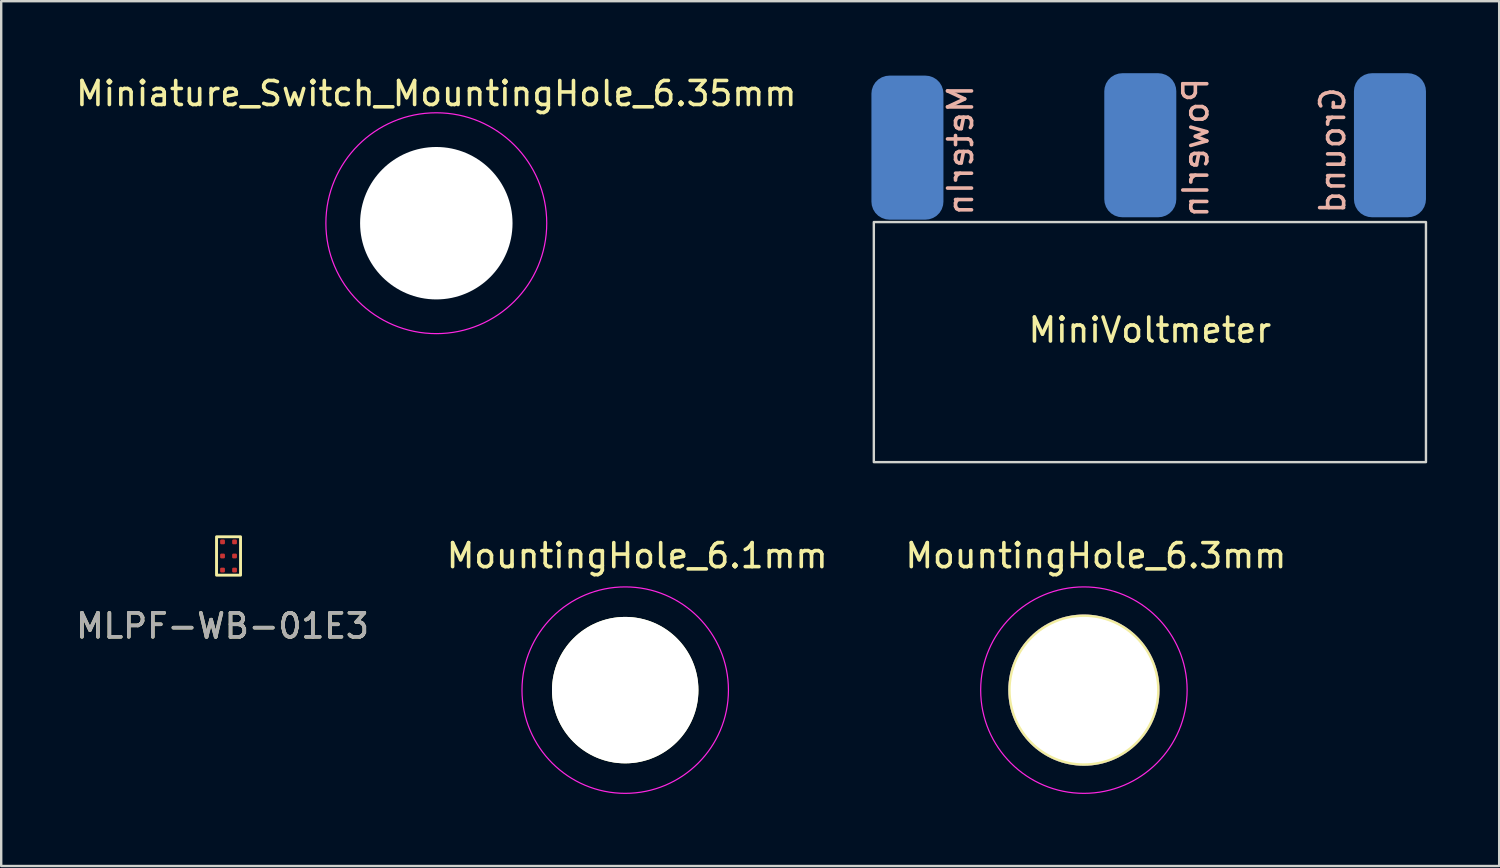
<source format=kicad_pcb>
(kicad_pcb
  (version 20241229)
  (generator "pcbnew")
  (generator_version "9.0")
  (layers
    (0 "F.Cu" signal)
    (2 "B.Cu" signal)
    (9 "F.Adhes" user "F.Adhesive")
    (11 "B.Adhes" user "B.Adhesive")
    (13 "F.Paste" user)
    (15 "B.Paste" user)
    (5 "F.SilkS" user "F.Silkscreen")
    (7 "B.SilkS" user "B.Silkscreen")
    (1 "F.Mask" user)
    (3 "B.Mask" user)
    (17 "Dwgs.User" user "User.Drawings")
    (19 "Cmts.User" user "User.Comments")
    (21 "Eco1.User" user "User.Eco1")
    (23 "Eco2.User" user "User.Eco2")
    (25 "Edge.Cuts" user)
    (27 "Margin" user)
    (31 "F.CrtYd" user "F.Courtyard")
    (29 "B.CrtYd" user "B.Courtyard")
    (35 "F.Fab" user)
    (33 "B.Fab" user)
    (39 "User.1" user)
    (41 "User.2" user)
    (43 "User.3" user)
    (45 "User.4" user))
  (footprint "MiniVoltmeter"
    (layer "F.Cu")
    (at 44.85 11.2)
    (property "Reference" "MiniVoltmeter" (at 0 -0.5 0) (unlocked yes) (layer "F.SilkS") (effects (font (size 1 1) (thickness 0.15))))
    (fp_rect (start -11.5 -5) (end 11.5 5) (stroke (width 0.1) (type default)) (fill no) (layer "Edge.Cuts"))
    (fp_text user "MeterIn" (at -7.3 -10.8 90) (unlocked yes) (layer "B.SilkS") (effects (font (size 1 1) (thickness 0.15)) (justify left bottom mirror)))
    (fp_text user "Ground" (at 8.2 -10.7 90) (unlocked yes) (layer "B.SilkS") (effects (font (size 1 1) (thickness 0.15)) (justify left bottom mirror)))
    (fp_text user "PowerIn" (at 2.5 -11.1 90) (unlocked yes) (layer "B.SilkS") (effects (font (size 1 1) (thickness 0.15)) (justify left bottom mirror)))
    (pad "1" smd roundrect (at -10.1 -8.1) (size 3 6) (layers "B.Cu" "B.Mask" "B.Paste") (roundrect_rratio 0.25))
    (pad "2" smd roundrect (at -0.4 -8.2) (size 3 6) (layers "B.Cu" "B.Mask" "B.Paste") (roundrect_rratio 0.25))
    (pad "3" smd roundrect (at 10 -8.2) (size 3 6) (layers "B.Cu" "B.Mask" "B.Paste") (roundrect_rratio 0.25)))
  (footprint "MountingHole_6.3mm"
    (layer "F.Cu")
    (at 42.101 25.698)
    (property "Reference" "MountingHole_6.3mm" (at 0.5 -5.6 0) (layer "F.SilkS") (effects (font (size 1 1) (thickness 0.15))))
    (attr through_hole)
    (fp_circle (center 0 0) (end 2.93 0) (stroke (width 0.15) (type solid)) (fill no) (layer "Cmts.User"))
    (fp_circle (center 0 0) (end 4.3 0) (stroke (width 0.05) (type solid)) (fill no) (layer "F.CrtYd"))
    (pad "" np_thru_hole circle (at 0 0) (size 6.3 6.3) (drill 6.1) (layers "*.Cu" "*.Mask" "F.SilkS")))
  (footprint "MountingHole_6.1mm"
    (layer "F.Cu")
    (at 22.994 25.698)
    (property "Reference" "MountingHole_6.1mm" (at 0.5 -5.6 0) (layer "F.SilkS") (effects (font (size 1 1) (thickness 0.15))))
    (attr through_hole)
    (fp_circle (center 0 0) (end 2.93 0) (stroke (width 0.15) (type solid)) (fill no) (layer "Cmts.User"))
    (fp_circle (center 0 0) (end 4.3 0) (stroke (width 0.05) (type solid)) (fill no) (layer "F.CrtYd"))
    (pad "" np_thru_hole circle (at 0 0) (size 6.1 6.1) (drill 6.1) (layers "*.Cu" "*.Mask" "F.SilkS")))
  (footprint "MLPF-WB-01E3"
    (layer "F.Cu")
    (at 6.22 19.523)
    (property "Reference" "MLPF-WB-01E3" (at 0 3.5 0) (unlocked yes) (layer "F.SilkS") (effects (font (size 1 1) (thickness 0.15))))
    (attr smd)
    (fp_rect (start -0.25 -0.213) (end 0.75 1.387) (stroke (width 0.12) (type solid)) (fill no) (layer "F.SilkS"))
    (fp_text user "${REFERENCE}" (at 0 3.5 0) (unlocked yes) (layer "F.Fab") (effects (font (size 1 1) (thickness 0.15))))
    (pad "1" smd roundrect (at 0 0) (size 0.2 0.2) (layers "F.Cu" "F.Mask" "F.Paste") (roundrect_rratio 0.25))
    (pad "2" smd roundrect (at 0 0.587) (size 0.2 0.2) (layers "F.Cu" "F.Mask" "F.Paste") (roundrect_rratio 0.25))
    (pad "3" smd roundrect (at 0 1.174) (size 0.2 0.2) (layers "F.Cu" "F.Mask" "F.Paste") (roundrect_rratio 0.25))
    (pad "4" smd roundrect (at 0.5 0) (size 0.2 0.2) (layers "F.Cu" "F.Mask" "F.Paste") (roundrect_rratio 0.25))
    (pad "5" smd roundrect (at 0.5 0.587) (size 0.2 0.2) (layers "F.Cu" "F.Mask" "F.Paste") (roundrect_rratio 0.25))
    (pad "6" smd roundrect (at 0.5 1.174) (size 0.2 0.2) (layers "F.Cu" "F.Mask" "F.Paste") (roundrect_rratio 0.25)))
  (footprint "Miniature_Switch_MountingHole_6.35mm"
    (layer "F.Cu")
    (at 15.125 6.248)
    (property "Reference" "Miniature_Switch_MountingHole_6.35mm" (at 0 -5.4 0) (layer "F.SilkS") (effects (font (size 1 1) (thickness 0.15))))
    (attr through_hole)
    (fp_circle (center 0 0) (end 2.5 0) (stroke (width 0.15) (type solid)) (fill no) (layer "Cmts.User"))
    (fp_circle (center 0 0) (end 4.6 0) (stroke (width 0.05) (type solid)) (fill no) (layer "F.CrtYd"))
    (pad "" np_thru_hole circle (at 0 0) (size 6.35 6.35) (drill 6.35) (layers "*.Cu" "*.Mask")))
  (gr_rect
    (start -3 -3)
    (end 59.4 33.023)
    (stroke (width 0.1) (type default))
    (fill no)
    (layer "Edge.Cuts")))
</source>
